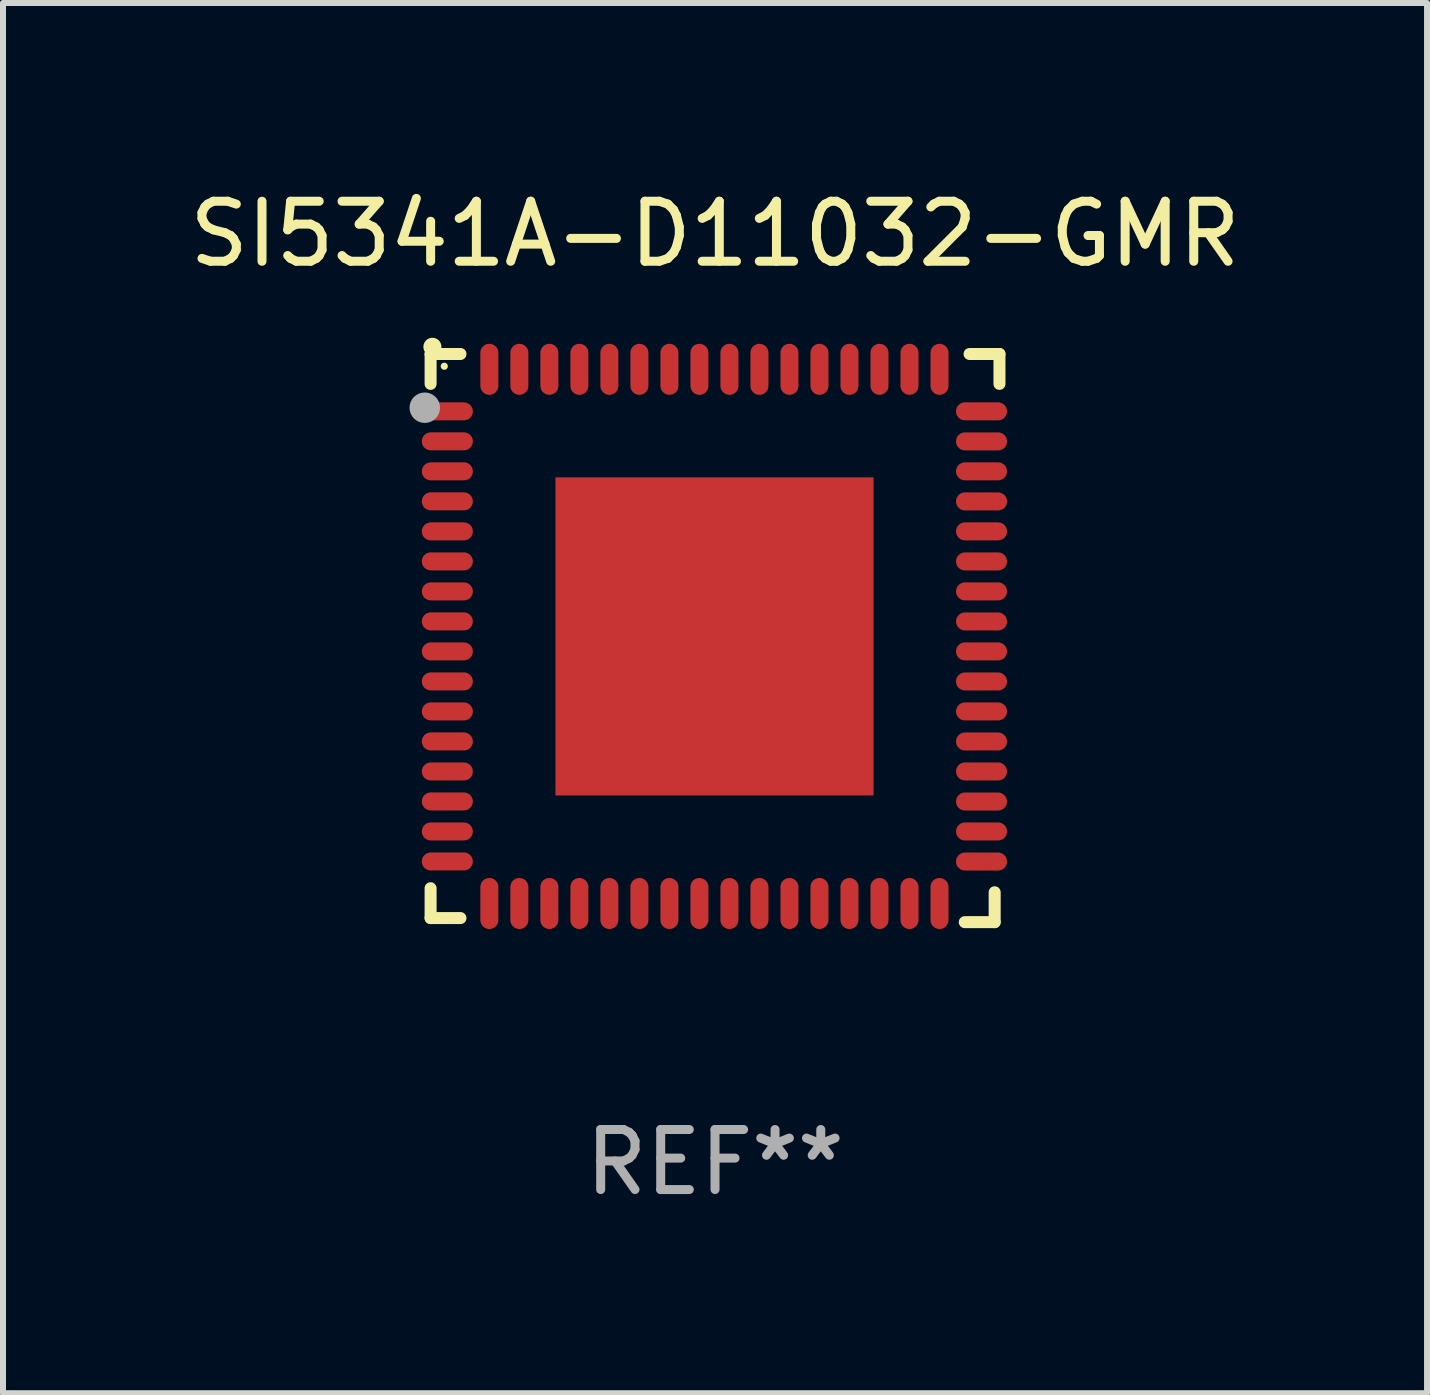
<source format=kicad_pcb>
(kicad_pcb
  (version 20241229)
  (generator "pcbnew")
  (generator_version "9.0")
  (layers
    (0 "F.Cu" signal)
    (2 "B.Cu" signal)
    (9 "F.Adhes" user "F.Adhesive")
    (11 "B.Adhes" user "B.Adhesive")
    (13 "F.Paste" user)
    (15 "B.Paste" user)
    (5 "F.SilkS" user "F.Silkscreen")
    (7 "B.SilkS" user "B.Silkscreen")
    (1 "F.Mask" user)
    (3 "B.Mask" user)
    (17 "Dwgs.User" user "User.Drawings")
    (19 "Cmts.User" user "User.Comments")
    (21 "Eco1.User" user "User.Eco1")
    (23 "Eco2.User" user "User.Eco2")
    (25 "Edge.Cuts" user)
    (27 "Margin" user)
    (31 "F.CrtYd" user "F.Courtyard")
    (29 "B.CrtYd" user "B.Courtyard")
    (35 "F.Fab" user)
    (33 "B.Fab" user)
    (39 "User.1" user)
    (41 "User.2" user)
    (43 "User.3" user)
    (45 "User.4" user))
  (footprint "SI5341A-D11032-GMR"
    (layer "F.Cu")
    (at 8.863 7.581)
    (property "Reference" "SI5341A-D11032-GMR" (at 0 -6.733 0) (layer "F.SilkS") (effects (font (size 1 1) (thickness 0.15))))
    (attr through_hole)
    (fp_line (start -4.739 -4.733) (end -4.241 -4.733) (stroke (width 0.2) (type solid)) (layer "F.SilkS"))
    (fp_line (start -4.739 -4.235) (end -4.739 -4.733) (stroke (width 0.2) (type solid)) (layer "F.SilkS"))
    (fp_line (start -4.739 4.168) (end -4.739 4.665) (stroke (width 0.2) (type solid)) (layer "F.SilkS"))
    (fp_line (start -4.739 4.665) (end -4.241 4.665) (stroke (width 0.2) (type solid)) (layer "F.SilkS"))
    (fp_line (start 4.161 4.733) (end 4.659 4.733) (stroke (width 0.2) (type solid)) (layer "F.SilkS"))
    (fp_line (start 4.241 -4.733) (end 4.739 -4.733) (stroke (width 0.2) (type solid)) (layer "F.SilkS"))
    (fp_line (start 4.659 4.733) (end 4.659 4.235) (stroke (width 0.2) (type solid)) (layer "F.SilkS"))
    (fp_line (start 4.739 -4.733) (end 4.739 -4.235) (stroke (width 0.2) (type solid)) (layer "F.SilkS"))
    (fp_arc (start -4.708623 -4.85108) (mid -4.708628 -4.85235) (end -4.708623 -4.85362) (stroke (width 0.3) (type solid)) (layer "F.SilkS"))
    (fp_circle (center -4.511 -4.529) (end -4.481 -4.529) (stroke (width 0.06) (type solid)) (fill no) (layer "F.SilkS"))
    (fp_circle (center -4.836 -3.838) (end -4.709 -3.838) (stroke (width 0.254) (type solid)) (fill no) (layer "F.Fab"))
    (fp_text user "REF**" (at 0 8.733 0) (layer "F.Fab") (effects (font (size 1 1) (thickness 0.15))))
    (pad "1" smd oval (at -4.46 -3.778) (size 0.85 0.3) (layers "F.Cu" "F.Mask" "F.Paste"))
    (pad "2" smd oval (at -4.46 -3.278) (size 0.85 0.3) (layers "F.Cu" "F.Mask" "F.Paste"))
    (pad "3" smd oval (at -4.46 -2.778) (size 0.85 0.3) (layers "F.Cu" "F.Mask" "F.Paste"))
    (pad "4" smd oval (at -4.46 -2.278) (size 0.85 0.3) (layers "F.Cu" "F.Mask" "F.Paste"))
    (pad "5" smd oval (at -4.46 -1.778) (size 0.85 0.3) (layers "F.Cu" "F.Mask" "F.Paste"))
    (pad "6" smd oval (at -4.46 -1.278) (size 0.85 0.3) (layers "F.Cu" "F.Mask" "F.Paste"))
    (pad "7" smd oval (at -4.46 -0.778) (size 0.85 0.3) (layers "F.Cu" "F.Mask" "F.Paste"))
    (pad "8" smd oval (at -4.46 -0.278) (size 0.85 0.3) (layers "F.Cu" "F.Mask" "F.Paste"))
    (pad "9" smd oval (at -4.46 0.222) (size 0.85 0.3) (layers "F.Cu" "F.Mask" "F.Paste"))
    (pad "10" smd oval (at -4.46 0.722) (size 0.85 0.3) (layers "F.Cu" "F.Mask" "F.Paste"))
    (pad "11" smd oval (at -4.46 1.222) (size 0.85 0.3) (layers "F.Cu" "F.Mask" "F.Paste"))
    (pad "12" smd oval (at -4.46 1.722) (size 0.85 0.3) (layers "F.Cu" "F.Mask" "F.Paste"))
    (pad "13" smd oval (at -4.46 2.222) (size 0.85 0.3) (layers "F.Cu" "F.Mask" "F.Paste"))
    (pad "14" smd oval (at -4.46 2.722) (size 0.85 0.3) (layers "F.Cu" "F.Mask" "F.Paste"))
    (pad "15" smd oval (at -4.46 3.222) (size 0.85 0.3) (layers "F.Cu" "F.Mask" "F.Paste"))
    (pad "16" smd oval (at -4.46 3.722) (size 0.85 0.3) (layers "F.Cu" "F.Mask" "F.Paste"))
    (pad "17" smd oval (at -3.76 4.422) (size 0.3 0.85) (layers "F.Cu" "F.Mask" "F.Paste"))
    (pad "18" smd oval (at -3.26 4.422) (size 0.3 0.85) (layers "F.Cu" "F.Mask" "F.Paste"))
    (pad "19" smd oval (at -2.76 4.422) (size 0.3 0.85) (layers "F.Cu" "F.Mask" "F.Paste"))
    (pad "20" smd oval (at -2.26 4.422) (size 0.3 0.85) (layers "F.Cu" "F.Mask" "F.Paste"))
    (pad "21" smd oval (at -1.76 4.422) (size 0.3 0.85) (layers "F.Cu" "F.Mask" "F.Paste"))
    (pad "22" smd oval (at -1.26 4.422) (size 0.3 0.85) (layers "F.Cu" "F.Mask" "F.Paste"))
    (pad "23" smd oval (at -0.76 4.422) (size 0.3 0.85) (layers "F.Cu" "F.Mask" "F.Paste"))
    (pad "24" smd oval (at -0.26 4.422) (size 0.3 0.85) (layers "F.Cu" "F.Mask" "F.Paste"))
    (pad "25" smd oval (at 0.24 4.422) (size 0.3 0.85) (layers "F.Cu" "F.Mask" "F.Paste"))
    (pad "26" smd oval (at 0.74 4.422) (size 0.3 0.85) (layers "F.Cu" "F.Mask" "F.Paste"))
    (pad "27" smd oval (at 1.24 4.422) (size 0.3 0.85) (layers "F.Cu" "F.Mask" "F.Paste"))
    (pad "28" smd oval (at 1.74 4.422) (size 0.3 0.85) (layers "F.Cu" "F.Mask" "F.Paste"))
    (pad "29" smd oval (at 2.24 4.422) (size 0.3 0.85) (layers "F.Cu" "F.Mask" "F.Paste"))
    (pad "30" smd oval (at 2.74 4.422) (size 0.3 0.85) (layers "F.Cu" "F.Mask" "F.Paste"))
    (pad "31" smd oval (at 3.24 4.422) (size 0.3 0.85) (layers "F.Cu" "F.Mask" "F.Paste"))
    (pad "32" smd oval (at 3.74 4.422) (size 0.3 0.85) (layers "F.Cu" "F.Mask" "F.Paste"))
    (pad "33" smd oval (at 4.44 3.723) (size 0.85 0.3) (layers "F.Cu" "F.Mask" "F.Paste"))
    (pad "34" smd oval (at 4.44 3.222) (size 0.85 0.3) (layers "F.Cu" "F.Mask" "F.Paste"))
    (pad "35" smd oval (at 4.44 2.723) (size 0.85 0.3) (layers "F.Cu" "F.Mask" "F.Paste"))
    (pad "36" smd oval (at 4.44 2.222) (size 0.85 0.3) (layers "F.Cu" "F.Mask" "F.Paste"))
    (pad "37" smd oval (at 4.44 1.723) (size 0.85 0.3) (layers "F.Cu" "F.Mask" "F.Paste"))
    (pad "38" smd oval (at 4.44 1.222) (size 0.85 0.3) (layers "F.Cu" "F.Mask" "F.Paste"))
    (pad "39" smd oval (at 4.44 0.723) (size 0.85 0.3) (layers "F.Cu" "F.Mask" "F.Paste"))
    (pad "40" smd oval (at 4.44 0.222) (size 0.85 0.3) (layers "F.Cu" "F.Mask" "F.Paste"))
    (pad "41" smd oval (at 4.44 -0.277) (size 0.85 0.3) (layers "F.Cu" "F.Mask" "F.Paste"))
    (pad "42" smd oval (at 4.44 -0.778) (size 0.85 0.3) (layers "F.Cu" "F.Mask" "F.Paste"))
    (pad "43" smd oval (at 4.44 -1.277) (size 0.85 0.3) (layers "F.Cu" "F.Mask" "F.Paste"))
    (pad "44" smd oval (at 4.44 -1.778) (size 0.85 0.3) (layers "F.Cu" "F.Mask" "F.Paste"))
    (pad "45" smd oval (at 4.44 -2.277) (size 0.85 0.3) (layers "F.Cu" "F.Mask" "F.Paste"))
    (pad "46" smd oval (at 4.44 -2.778) (size 0.85 0.3) (layers "F.Cu" "F.Mask" "F.Paste"))
    (pad "47" smd oval (at 4.44 -3.277) (size 0.85 0.3) (layers "F.Cu" "F.Mask" "F.Paste"))
    (pad "48" smd oval (at 4.44 -3.778) (size 0.85 0.3) (layers "F.Cu" "F.Mask" "F.Paste"))
    (pad "49" smd oval (at 3.74 -4.478) (size 0.3 0.85) (layers "F.Cu" "F.Mask" "F.Paste"))
    (pad "50" smd oval (at 3.24 -4.478) (size 0.3 0.85) (layers "F.Cu" "F.Mask" "F.Paste"))
    (pad "51" smd oval (at 2.74 -4.478) (size 0.3 0.85) (layers "F.Cu" "F.Mask" "F.Paste"))
    (pad "52" smd oval (at 2.24 -4.478) (size 0.3 0.85) (layers "F.Cu" "F.Mask" "F.Paste"))
    (pad "53" smd oval (at 1.74 -4.478) (size 0.3 0.85) (layers "F.Cu" "F.Mask" "F.Paste"))
    (pad "54" smd oval (at 1.24 -4.478) (size 0.3 0.85) (layers "F.Cu" "F.Mask" "F.Paste"))
    (pad "55" smd oval (at 0.74 -4.478) (size 0.3 0.85) (layers "F.Cu" "F.Mask" "F.Paste"))
    (pad "56" smd oval (at 0.24 -4.478) (size 0.3 0.85) (layers "F.Cu" "F.Mask" "F.Paste"))
    (pad "57" smd oval (at -0.26 -4.478) (size 0.3 0.85) (layers "F.Cu" "F.Mask" "F.Paste"))
    (pad "58" smd oval (at -0.76 -4.478) (size 0.3 0.85) (layers "F.Cu" "F.Mask" "F.Paste"))
    (pad "59" smd oval (at -1.26 -4.478) (size 0.3 0.85) (layers "F.Cu" "F.Mask" "F.Paste"))
    (pad "60" smd oval (at -1.76 -4.478) (size 0.3 0.85) (layers "F.Cu" "F.Mask" "F.Paste"))
    (pad "61" smd oval (at -2.26 -4.478) (size 0.3 0.85) (layers "F.Cu" "F.Mask" "F.Paste"))
    (pad "62" smd oval (at -2.76 -4.478) (size 0.3 0.85) (layers "F.Cu" "F.Mask" "F.Paste"))
    (pad "63" smd oval (at -3.26 -4.478) (size 0.3 0.85) (layers "F.Cu" "F.Mask" "F.Paste"))
    (pad "64" smd oval (at -3.76 -4.478) (size 0.3 0.85) (layers "F.Cu" "F.Mask" "F.Paste"))
    (pad "65" smd rect (at -0.009 -0.028 90) (size 5.3 5.3) (layers "F.Cu" "F.Mask" "F.Paste")))
  (gr_rect
    (start -3 -3)
    (end 20.726 20.162)
    (stroke (width 0.1) (type default))
    (fill no)
    (layer "Edge.Cuts")))
</source>
